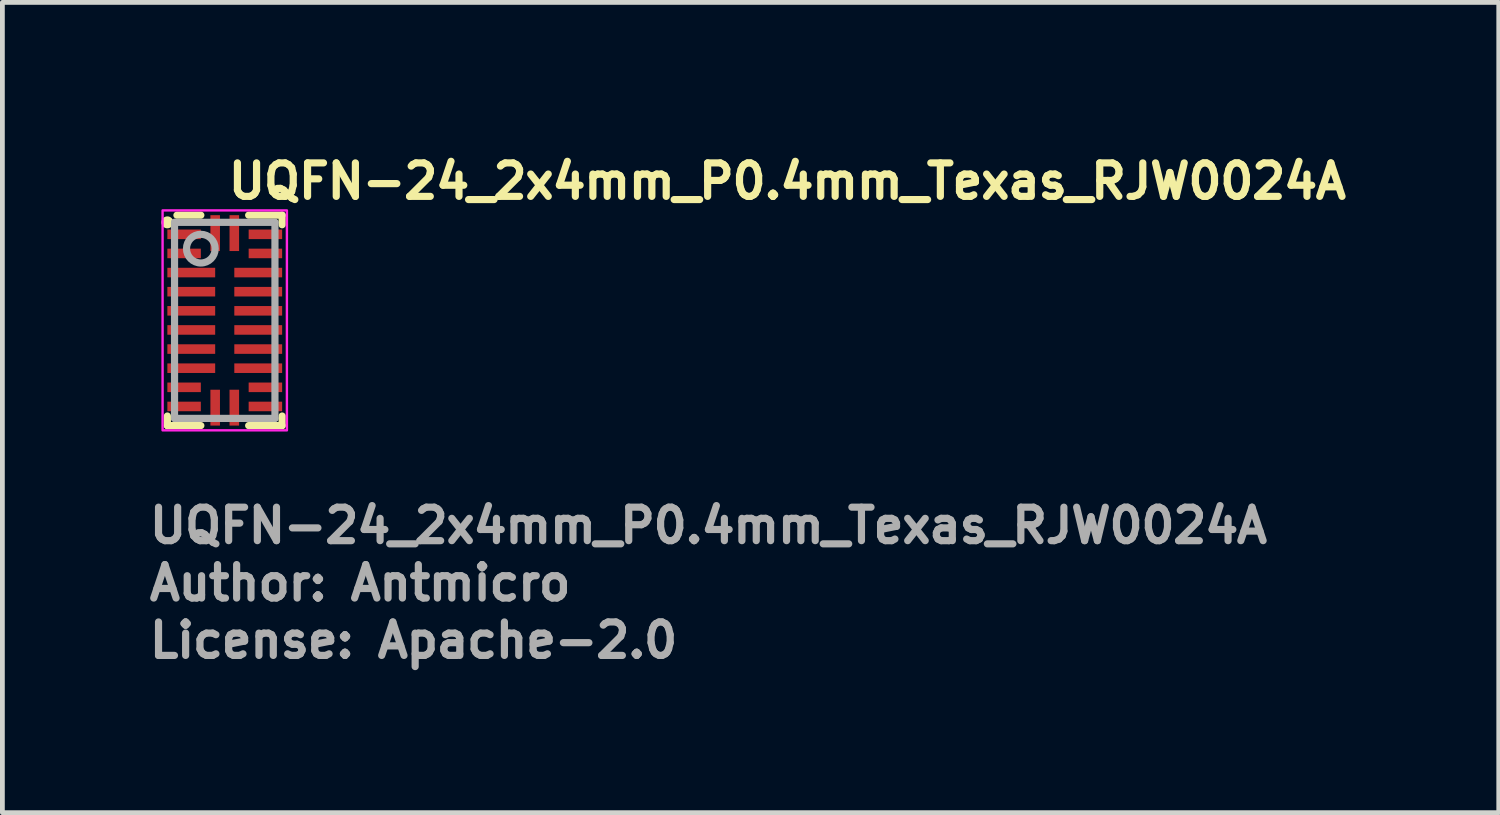
<source format=kicad_pcb>
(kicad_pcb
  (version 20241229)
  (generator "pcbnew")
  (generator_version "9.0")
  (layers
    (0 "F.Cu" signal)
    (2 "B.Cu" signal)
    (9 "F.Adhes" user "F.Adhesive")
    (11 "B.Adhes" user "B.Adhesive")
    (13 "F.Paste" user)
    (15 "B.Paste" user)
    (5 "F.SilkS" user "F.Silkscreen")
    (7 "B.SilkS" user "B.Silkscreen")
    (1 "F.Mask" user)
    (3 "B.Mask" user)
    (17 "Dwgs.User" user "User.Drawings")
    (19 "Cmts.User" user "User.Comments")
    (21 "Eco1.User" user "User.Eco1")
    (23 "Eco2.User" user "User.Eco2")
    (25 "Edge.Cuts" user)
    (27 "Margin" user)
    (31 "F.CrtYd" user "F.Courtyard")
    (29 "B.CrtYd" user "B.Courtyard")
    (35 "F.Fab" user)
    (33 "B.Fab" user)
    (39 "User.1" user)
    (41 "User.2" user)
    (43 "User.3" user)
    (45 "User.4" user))
  (footprint "UQFN-24_2x4mm_P0.4mm_Texas_RJW0024A"
    (layer "F.Cu")
    (at 1.65 3.65)
    (property "Reference" "UQFN-24_2x4mm_P0.4mm_Texas_RJW0024A" (at 0 -2.5 0) (unlocked yes) (layer "F.SilkS") (effects (font (size 0.7 0.7) (thickness 0.15)) (justify left bottom)))
    (attr smd)
    (fp_line (start -1.2 2) (end -1.2 2.2) (stroke (width 0.15) (type solid)) (layer "F.SilkS"))
    (fp_line (start -1.2 2.2) (end -0.5 2.2) (stroke (width 0.15) (type solid)) (layer "F.SilkS"))
    (fp_line (start -1 -2.2) (end -0.5 -2.2) (stroke (width 0.15) (type solid)) (layer "F.SilkS"))
    (fp_line (start 0.5 -2.2) (end 1.2 -2.2) (stroke (width 0.15) (type solid)) (layer "F.SilkS"))
    (fp_line (start 0.5 2.2) (end 1.2 2.2) (stroke (width 0.15) (type solid)) (layer "F.SilkS"))
    (fp_line (start 1.2 -2.2) (end 1.2 -2) (stroke (width 0.15) (type solid)) (layer "F.SilkS"))
    (fp_line (start 1.2 2) (end 1.2 2.2) (stroke (width 0.15) (type solid)) (layer "F.SilkS"))
    (fp_circle (center -1.2 -2.05) (end -1.15 -2.05) (stroke (width 0.15) (type solid)) (fill yes) (layer "F.SilkS"))
    (fp_poly (pts (xy -1.2 -1.75) (xy -1.2 -1.85) (xy -1.199 -1.86) (xy -1.196 -1.869) (xy -1.192 -1.878) (xy -1.185 -1.885) (xy -1.178 -1.892) (xy -1.169 -1.896) (xy -1.16 -1.899) (xy -1.15 -1.9) (xy -0.6 -1.9) (xy -0.59 -1.899) (xy -0.581 -1.896) (xy -0.572 -1.892) (xy -0.565 -1.885) (xy -0.558 -1.878) (xy -0.554 -1.869) (xy -0.551 -1.86) (xy -0.55 -1.85) (xy -0.55 -1.75) (xy -0.551 -1.74) (xy -0.554 -1.731) (xy -0.558 -1.722) (xy -0.565 -1.715) (xy -0.572 -1.708) (xy -0.581 -1.704) (xy -0.59 -1.701) (xy -0.6 -1.7) (xy -1.15 -1.7) (xy -1.16 -1.701) (xy -1.169 -1.704) (xy -1.178 -1.708) (xy -1.185 -1.715) (xy -1.192 -1.722) (xy -1.196 -1.731) (xy -1.199 -1.74)) (stroke (width 0) (type solid)) (fill yes) (layer "F.Paste"))
    (fp_poly (pts (xy -1.2 -1.35) (xy -1.2 -1.45) (xy -1.199 -1.46) (xy -1.196 -1.469) (xy -1.192 -1.478) (xy -1.185 -1.485) (xy -1.178 -1.492) (xy -1.169 -1.496) (xy -1.16 -1.499) (xy -1.15 -1.5) (xy -0.6 -1.5) (xy -0.59 -1.499) (xy -0.581 -1.496) (xy -0.572 -1.492) (xy -0.565 -1.485) (xy -0.558 -1.478) (xy -0.554 -1.469) (xy -0.551 -1.46) (xy -0.55 -1.45) (xy -0.55 -1.35) (xy -0.551 -1.34) (xy -0.554 -1.331) (xy -0.558 -1.322) (xy -0.565 -1.315) (xy -0.572 -1.308) (xy -0.581 -1.304) (xy -0.59 -1.301) (xy -0.6 -1.3) (xy -1.15 -1.3) (xy -1.16 -1.301) (xy -1.169 -1.304) (xy -1.178 -1.308) (xy -1.185 -1.315) (xy -1.192 -1.322) (xy -1.196 -1.331) (xy -1.199 -1.34)) (stroke (width 0) (type solid)) (fill yes) (layer "F.Paste"))
    (fp_poly (pts (xy -1.2 -0.95) (xy -1.2 -1.05) (xy -1.199 -1.06) (xy -1.196 -1.069) (xy -1.192 -1.078) (xy -1.185 -1.085) (xy -1.178 -1.092) (xy -1.169 -1.096) (xy -1.16 -1.099) (xy -1.15 -1.1) (xy -0.3 -1.1) (xy -0.29 -1.099) (xy -0.281 -1.096) (xy -0.272 -1.092) (xy -0.265 -1.085) (xy -0.258 -1.078) (xy -0.254 -1.069) (xy -0.251 -1.06) (xy -0.25 -1.05) (xy -0.25 -0.95) (xy -0.251 -0.94) (xy -0.254 -0.931) (xy -0.258 -0.922) (xy -0.265 -0.915) (xy -0.272 -0.908) (xy -0.281 -0.904) (xy -0.29 -0.901) (xy -0.3 -0.9) (xy -1.15 -0.9) (xy -1.16 -0.901) (xy -1.169 -0.904) (xy -1.178 -0.908) (xy -1.185 -0.915) (xy -1.192 -0.922) (xy -1.196 -0.931) (xy -1.199 -0.94)) (stroke (width 0) (type solid)) (fill yes) (layer "F.Paste"))
    (fp_poly (pts (xy -1.2 -0.55) (xy -1.2 -0.65) (xy -1.199 -0.66) (xy -1.196 -0.669) (xy -1.192 -0.678) (xy -1.185 -0.685) (xy -1.178 -0.692) (xy -1.169 -0.696) (xy -1.16 -0.699) (xy -1.15 -0.7) (xy -0.3 -0.7) (xy -0.29 -0.699) (xy -0.281 -0.696) (xy -0.272 -0.692) (xy -0.265 -0.685) (xy -0.258 -0.678) (xy -0.254 -0.669) (xy -0.251 -0.66) (xy -0.25 -0.65) (xy -0.25 -0.55) (xy -0.251 -0.54) (xy -0.254 -0.531) (xy -0.258 -0.522) (xy -0.265 -0.515) (xy -0.272 -0.508) (xy -0.281 -0.504) (xy -0.29 -0.501) (xy -0.3 -0.5) (xy -1.15 -0.5) (xy -1.16 -0.501) (xy -1.169 -0.504) (xy -1.178 -0.508) (xy -1.185 -0.515) (xy -1.192 -0.522) (xy -1.196 -0.531) (xy -1.199 -0.54)) (stroke (width 0) (type solid)) (fill yes) (layer "F.Paste"))
    (fp_poly (pts (xy -1.2 -0.15) (xy -1.2 -0.25) (xy -1.199 -0.26) (xy -1.196 -0.269) (xy -1.192 -0.278) (xy -1.185 -0.285) (xy -1.178 -0.292) (xy -1.169 -0.296) (xy -1.16 -0.299) (xy -1.15 -0.3) (xy -0.3 -0.3) (xy -0.29 -0.299) (xy -0.281 -0.296) (xy -0.272 -0.292) (xy -0.265 -0.285) (xy -0.258 -0.278) (xy -0.254 -0.269) (xy -0.251 -0.26) (xy -0.25 -0.25) (xy -0.25 -0.15) (xy -0.251 -0.14) (xy -0.254 -0.131) (xy -0.258 -0.122) (xy -0.265 -0.115) (xy -0.272 -0.108) (xy -0.281 -0.104) (xy -0.29 -0.101) (xy -0.3 -0.1) (xy -1.15 -0.1) (xy -1.16 -0.101) (xy -1.169 -0.104) (xy -1.178 -0.108) (xy -1.185 -0.115) (xy -1.192 -0.122) (xy -1.196 -0.131) (xy -1.199 -0.14)) (stroke (width 0) (type solid)) (fill yes) (layer "F.Paste"))
    (fp_poly (pts (xy -1.2 0.25) (xy -1.2 0.15) (xy -1.199 0.14) (xy -1.196 0.131) (xy -1.192 0.122) (xy -1.185 0.115) (xy -1.178 0.108) (xy -1.169 0.104) (xy -1.16 0.101) (xy -1.15 0.1) (xy -0.3 0.1) (xy -0.29 0.101) (xy -0.281 0.104) (xy -0.272 0.108) (xy -0.265 0.115) (xy -0.258 0.122) (xy -0.254 0.131) (xy -0.251 0.14) (xy -0.25 0.15) (xy -0.25 0.25) (xy -0.251 0.26) (xy -0.254 0.269) (xy -0.258 0.278) (xy -0.265 0.285) (xy -0.272 0.292) (xy -0.281 0.296) (xy -0.29 0.299) (xy -0.3 0.3) (xy -1.15 0.3) (xy -1.16 0.299) (xy -1.169 0.296) (xy -1.178 0.292) (xy -1.185 0.285) (xy -1.192 0.278) (xy -1.196 0.269) (xy -1.199 0.26)) (stroke (width 0) (type solid)) (fill yes) (layer "F.Paste"))
    (fp_poly (pts (xy -1.2 0.65) (xy -1.2 0.55) (xy -1.199 0.54) (xy -1.196 0.531) (xy -1.192 0.522) (xy -1.185 0.515) (xy -1.178 0.508) (xy -1.169 0.504) (xy -1.16 0.501) (xy -1.15 0.5) (xy -0.3 0.5) (xy -0.29 0.501) (xy -0.281 0.504) (xy -0.272 0.508) (xy -0.265 0.515) (xy -0.258 0.522) (xy -0.254 0.531) (xy -0.251 0.54) (xy -0.25 0.55) (xy -0.25 0.65) (xy -0.251 0.66) (xy -0.254 0.669) (xy -0.258 0.678) (xy -0.265 0.685) (xy -0.272 0.692) (xy -0.281 0.696) (xy -0.29 0.699) (xy -0.3 0.7) (xy -1.15 0.7) (xy -1.16 0.699) (xy -1.169 0.696) (xy -1.178 0.692) (xy -1.185 0.685) (xy -1.192 0.678) (xy -1.196 0.669) (xy -1.199 0.66)) (stroke (width 0) (type solid)) (fill yes) (layer "F.Paste"))
    (fp_poly (pts (xy -1.2 1.05) (xy -1.2 0.95) (xy -1.199 0.94) (xy -1.196 0.931) (xy -1.192 0.922) (xy -1.185 0.915) (xy -1.178 0.908) (xy -1.169 0.904) (xy -1.16 0.901) (xy -1.15 0.9) (xy -0.3 0.9) (xy -0.29 0.901) (xy -0.281 0.904) (xy -0.272 0.908) (xy -0.265 0.915) (xy -0.258 0.922) (xy -0.254 0.931) (xy -0.251 0.94) (xy -0.25 0.95) (xy -0.25 1.05) (xy -0.251 1.06) (xy -0.254 1.069) (xy -0.258 1.078) (xy -0.265 1.085) (xy -0.272 1.092) (xy -0.281 1.096) (xy -0.29 1.099) (xy -0.3 1.1) (xy -1.15 1.1) (xy -1.16 1.099) (xy -1.169 1.096) (xy -1.178 1.092) (xy -1.185 1.085) (xy -1.192 1.078) (xy -1.196 1.069) (xy -1.199 1.06)) (stroke (width 0) (type solid)) (fill yes) (layer "F.Paste"))
    (fp_poly (pts (xy -1.2 1.45) (xy -1.2 1.35) (xy -1.199 1.34) (xy -1.196 1.331) (xy -1.192 1.322) (xy -1.185 1.315) (xy -1.178 1.308) (xy -1.169 1.304) (xy -1.16 1.301) (xy -1.15 1.3) (xy -0.6 1.3) (xy -0.59 1.301) (xy -0.581 1.304) (xy -0.572 1.308) (xy -0.565 1.315) (xy -0.558 1.322) (xy -0.554 1.331) (xy -0.551 1.34) (xy -0.55 1.35) (xy -0.55 1.45) (xy -0.551 1.46) (xy -0.554 1.469) (xy -0.558 1.478) (xy -0.565 1.485) (xy -0.572 1.492) (xy -0.581 1.496) (xy -0.59 1.499) (xy -0.6 1.5) (xy -1.15 1.5) (xy -1.16 1.499) (xy -1.169 1.496) (xy -1.178 1.492) (xy -1.185 1.485) (xy -1.192 1.478) (xy -1.196 1.469) (xy -1.199 1.46)) (stroke (width 0) (type solid)) (fill yes) (layer "F.Paste"))
    (fp_poly (pts (xy -1.2 1.85) (xy -1.2 1.75) (xy -1.199 1.74) (xy -1.196 1.731) (xy -1.192 1.722) (xy -1.185 1.715) (xy -1.178 1.708) (xy -1.169 1.704) (xy -1.16 1.701) (xy -1.15 1.7) (xy -0.6 1.7) (xy -0.59 1.701) (xy -0.581 1.704) (xy -0.572 1.708) (xy -0.565 1.715) (xy -0.558 1.722) (xy -0.554 1.731) (xy -0.551 1.74) (xy -0.55 1.75) (xy -0.55 1.85) (xy -0.551 1.86) (xy -0.554 1.869) (xy -0.558 1.878) (xy -0.565 1.885) (xy -0.572 1.892) (xy -0.581 1.896) (xy -0.59 1.899) (xy -0.6 1.9) (xy -1.15 1.9) (xy -1.16 1.899) (xy -1.169 1.896) (xy -1.178 1.892) (xy -1.185 1.885) (xy -1.192 1.878) (xy -1.196 1.869) (xy -1.199 1.86)) (stroke (width 0) (type solid)) (fill yes) (layer "F.Paste"))
    (fp_poly (pts (xy -0.25 1.5) (xy -0.15 1.5) (xy -0.14 1.501) (xy -0.131 1.504) (xy -0.122 1.508) (xy -0.115 1.515) (xy -0.108 1.522) (xy -0.104 1.531) (xy -0.101 1.54) (xy -0.1 1.55) (xy -0.1 2.15) (xy -0.101 2.16) (xy -0.104 2.169) (xy -0.108 2.178) (xy -0.115 2.185) (xy -0.122 2.192) (xy -0.131 2.196) (xy -0.14 2.199) (xy -0.15 2.2) (xy -0.25 2.2) (xy -0.26 2.199) (xy -0.269 2.196) (xy -0.278 2.192) (xy -0.285 2.185) (xy -0.292 2.178) (xy -0.296 2.169) (xy -0.299 2.16) (xy -0.3 2.15) (xy -0.3 1.55) (xy -0.299 1.54) (xy -0.296 1.531) (xy -0.292 1.522) (xy -0.285 1.515) (xy -0.278 1.508) (xy -0.269 1.504) (xy -0.26 1.501)) (stroke (width 0) (type solid)) (fill yes) (layer "F.Paste"))
    (fp_poly (pts (xy -0.15 -1.5) (xy -0.25 -1.5) (xy -0.26 -1.501) (xy -0.269 -1.504) (xy -0.278 -1.508) (xy -0.285 -1.515) (xy -0.292 -1.522) (xy -0.296 -1.531) (xy -0.299 -1.54) (xy -0.3 -1.55) (xy -0.3 -2.15) (xy -0.299 -2.16) (xy -0.296 -2.169) (xy -0.292 -2.178) (xy -0.285 -2.185) (xy -0.278 -2.192) (xy -0.269 -2.196) (xy -0.26 -2.199) (xy -0.25 -2.2) (xy -0.15 -2.2) (xy -0.14 -2.199) (xy -0.131 -2.196) (xy -0.122 -2.192) (xy -0.115 -2.185) (xy -0.108 -2.178) (xy -0.104 -2.169) (xy -0.101 -2.16) (xy -0.1 -2.15) (xy -0.1 -1.55) (xy -0.101 -1.54) (xy -0.104 -1.531) (xy -0.108 -1.522) (xy -0.115 -1.515) (xy -0.122 -1.508) (xy -0.131 -1.504) (xy -0.14 -1.501)) (stroke (width 0) (type solid)) (fill yes) (layer "F.Paste"))
    (fp_poly (pts (xy 0.15 1.5) (xy 0.25 1.5) (xy 0.26 1.501) (xy 0.269 1.504) (xy 0.278 1.508) (xy 0.285 1.515) (xy 0.292 1.522) (xy 0.296 1.531) (xy 0.299 1.54) (xy 0.3 1.55) (xy 0.3 2.15) (xy 0.299 2.16) (xy 0.296 2.169) (xy 0.292 2.178) (xy 0.285 2.185) (xy 0.278 2.192) (xy 0.269 2.196) (xy 0.26 2.199) (xy 0.25 2.2) (xy 0.15 2.2) (xy 0.14 2.199) (xy 0.131 2.196) (xy 0.122 2.192) (xy 0.115 2.185) (xy 0.108 2.178) (xy 0.104 2.169) (xy 0.101 2.16) (xy 0.1 2.15) (xy 0.1 1.55) (xy 0.101 1.54) (xy 0.104 1.531) (xy 0.108 1.522) (xy 0.115 1.515) (xy 0.122 1.508) (xy 0.131 1.504) (xy 0.14 1.501)) (stroke (width 0) (type solid)) (fill yes) (layer "F.Paste"))
    (fp_poly (pts (xy 0.25 -1.5) (xy 0.15 -1.5) (xy 0.14 -1.501) (xy 0.131 -1.504) (xy 0.122 -1.508) (xy 0.115 -1.515) (xy 0.108 -1.522) (xy 0.104 -1.531) (xy 0.101 -1.54) (xy 0.1 -1.55) (xy 0.1 -2.15) (xy 0.101 -2.16) (xy 0.104 -2.169) (xy 0.108 -2.178) (xy 0.115 -2.185) (xy 0.122 -2.192) (xy 0.131 -2.196) (xy 0.14 -2.199) (xy 0.15 -2.2) (xy 0.25 -2.2) (xy 0.26 -2.199) (xy 0.269 -2.196) (xy 0.278 -2.192) (xy 0.285 -2.185) (xy 0.292 -2.178) (xy 0.296 -2.169) (xy 0.299 -2.16) (xy 0.3 -2.15) (xy 0.3 -1.55) (xy 0.299 -1.54) (xy 0.296 -1.531) (xy 0.292 -1.522) (xy 0.285 -1.515) (xy 0.278 -1.508) (xy 0.269 -1.504) (xy 0.26 -1.501)) (stroke (width 0) (type solid)) (fill yes) (layer "F.Paste"))
    (fp_poly (pts (xy 1.2 -1.85) (xy 1.2 -1.75) (xy 1.199 -1.74) (xy 1.196 -1.731) (xy 1.192 -1.722) (xy 1.185 -1.715) (xy 1.178 -1.708) (xy 1.169 -1.704) (xy 1.16 -1.701) (xy 1.15 -1.7) (xy 0.6 -1.7) (xy 0.59 -1.701) (xy 0.581 -1.704) (xy 0.572 -1.708) (xy 0.565 -1.715) (xy 0.558 -1.722) (xy 0.554 -1.731) (xy 0.551 -1.74) (xy 0.55 -1.75) (xy 0.55 -1.85) (xy 0.551 -1.86) (xy 0.554 -1.869) (xy 0.558 -1.878) (xy 0.565 -1.885) (xy 0.572 -1.892) (xy 0.581 -1.896) (xy 0.59 -1.899) (xy 0.6 -1.9) (xy 1.15 -1.9) (xy 1.16 -1.899) (xy 1.169 -1.896) (xy 1.178 -1.892) (xy 1.185 -1.885) (xy 1.192 -1.878) (xy 1.196 -1.869) (xy 1.199 -1.86)) (stroke (width 0) (type solid)) (fill yes) (layer "F.Paste"))
    (fp_poly (pts (xy 1.2 -1.45) (xy 1.2 -1.35) (xy 1.199 -1.34) (xy 1.196 -1.331) (xy 1.192 -1.322) (xy 1.185 -1.315) (xy 1.178 -1.308) (xy 1.169 -1.304) (xy 1.16 -1.301) (xy 1.15 -1.3) (xy 0.6 -1.3) (xy 0.59 -1.301) (xy 0.581 -1.304) (xy 0.572 -1.308) (xy 0.565 -1.315) (xy 0.558 -1.322) (xy 0.554 -1.331) (xy 0.551 -1.34) (xy 0.55 -1.35) (xy 0.55 -1.45) (xy 0.551 -1.46) (xy 0.554 -1.469) (xy 0.558 -1.478) (xy 0.565 -1.485) (xy 0.572 -1.492) (xy 0.581 -1.496) (xy 0.59 -1.499) (xy 0.6 -1.5) (xy 1.15 -1.5) (xy 1.16 -1.499) (xy 1.169 -1.496) (xy 1.178 -1.492) (xy 1.185 -1.485) (xy 1.192 -1.478) (xy 1.196 -1.469) (xy 1.199 -1.46)) (stroke (width 0) (type solid)) (fill yes) (layer "F.Paste"))
    (fp_poly (pts (xy 1.2 -1.05) (xy 1.2 -0.95) (xy 1.199 -0.94) (xy 1.196 -0.931) (xy 1.192 -0.922) (xy 1.185 -0.915) (xy 1.178 -0.908) (xy 1.169 -0.904) (xy 1.16 -0.901) (xy 1.15 -0.9) (xy 0.3 -0.9) (xy 0.29 -0.901) (xy 0.281 -0.904) (xy 0.272 -0.908) (xy 0.265 -0.915) (xy 0.258 -0.922) (xy 0.254 -0.931) (xy 0.251 -0.94) (xy 0.25 -0.95) (xy 0.25 -1.05) (xy 0.251 -1.06) (xy 0.254 -1.069) (xy 0.258 -1.078) (xy 0.265 -1.085) (xy 0.272 -1.092) (xy 0.281 -1.096) (xy 0.29 -1.099) (xy 0.3 -1.1) (xy 1.15 -1.1) (xy 1.16 -1.099) (xy 1.169 -1.096) (xy 1.178 -1.092) (xy 1.185 -1.085) (xy 1.192 -1.078) (xy 1.196 -1.069) (xy 1.199 -1.06)) (stroke (width 0) (type solid)) (fill yes) (layer "F.Paste"))
    (fp_poly (pts (xy 1.2 -0.65) (xy 1.2 -0.55) (xy 1.199 -0.54) (xy 1.196 -0.531) (xy 1.192 -0.522) (xy 1.185 -0.515) (xy 1.178 -0.508) (xy 1.169 -0.504) (xy 1.16 -0.501) (xy 1.15 -0.5) (xy 0.3 -0.5) (xy 0.29 -0.501) (xy 0.281 -0.504) (xy 0.272 -0.508) (xy 0.265 -0.515) (xy 0.258 -0.522) (xy 0.254 -0.531) (xy 0.251 -0.54) (xy 0.25 -0.55) (xy 0.25 -0.65) (xy 0.251 -0.66) (xy 0.254 -0.669) (xy 0.258 -0.678) (xy 0.265 -0.685) (xy 0.272 -0.692) (xy 0.281 -0.696) (xy 0.29 -0.699) (xy 0.3 -0.7) (xy 1.15 -0.7) (xy 1.16 -0.699) (xy 1.169 -0.696) (xy 1.178 -0.692) (xy 1.185 -0.685) (xy 1.192 -0.678) (xy 1.196 -0.669) (xy 1.199 -0.66)) (stroke (width 0) (type solid)) (fill yes) (layer "F.Paste"))
    (fp_poly (pts (xy 1.2 -0.25) (xy 1.2 -0.15) (xy 1.199 -0.14) (xy 1.196 -0.131) (xy 1.192 -0.122) (xy 1.185 -0.115) (xy 1.178 -0.108) (xy 1.169 -0.104) (xy 1.16 -0.101) (xy 1.15 -0.1) (xy 0.3 -0.1) (xy 0.29 -0.101) (xy 0.281 -0.104) (xy 0.272 -0.108) (xy 0.265 -0.115) (xy 0.258 -0.122) (xy 0.254 -0.131) (xy 0.251 -0.14) (xy 0.25 -0.15) (xy 0.25 -0.25) (xy 0.251 -0.26) (xy 0.254 -0.269) (xy 0.258 -0.278) (xy 0.265 -0.285) (xy 0.272 -0.292) (xy 0.281 -0.296) (xy 0.29 -0.299) (xy 0.3 -0.3) (xy 1.15 -0.3) (xy 1.16 -0.299) (xy 1.169 -0.296) (xy 1.178 -0.292) (xy 1.185 -0.285) (xy 1.192 -0.278) (xy 1.196 -0.269) (xy 1.199 -0.26)) (stroke (width 0) (type solid)) (fill yes) (layer "F.Paste"))
    (fp_poly (pts (xy 1.2 0.15) (xy 1.2 0.25) (xy 1.199 0.26) (xy 1.196 0.269) (xy 1.192 0.278) (xy 1.185 0.285) (xy 1.178 0.292) (xy 1.169 0.296) (xy 1.16 0.299) (xy 1.15 0.3) (xy 0.3 0.3) (xy 0.29 0.299) (xy 0.281 0.296) (xy 0.272 0.292) (xy 0.265 0.285) (xy 0.258 0.278) (xy 0.254 0.269) (xy 0.251 0.26) (xy 0.25 0.25) (xy 0.25 0.15) (xy 0.251 0.14) (xy 0.254 0.131) (xy 0.258 0.122) (xy 0.265 0.115) (xy 0.272 0.108) (xy 0.281 0.104) (xy 0.29 0.101) (xy 0.3 0.1) (xy 1.15 0.1) (xy 1.16 0.101) (xy 1.169 0.104) (xy 1.178 0.108) (xy 1.185 0.115) (xy 1.192 0.122) (xy 1.196 0.131) (xy 1.199 0.14)) (stroke (width 0) (type solid)) (fill yes) (layer "F.Paste"))
    (fp_poly (pts (xy 1.2 0.55) (xy 1.2 0.65) (xy 1.199 0.66) (xy 1.196 0.669) (xy 1.192 0.678) (xy 1.185 0.685) (xy 1.178 0.692) (xy 1.169 0.696) (xy 1.16 0.699) (xy 1.15 0.7) (xy 0.3 0.7) (xy 0.29 0.699) (xy 0.281 0.696) (xy 0.272 0.692) (xy 0.265 0.685) (xy 0.258 0.678) (xy 0.254 0.669) (xy 0.251 0.66) (xy 0.25 0.65) (xy 0.25 0.55) (xy 0.251 0.54) (xy 0.254 0.531) (xy 0.258 0.522) (xy 0.265 0.515) (xy 0.272 0.508) (xy 0.281 0.504) (xy 0.29 0.501) (xy 0.3 0.5) (xy 1.15 0.5) (xy 1.16 0.501) (xy 1.169 0.504) (xy 1.178 0.508) (xy 1.185 0.515) (xy 1.192 0.522) (xy 1.196 0.531) (xy 1.199 0.54)) (stroke (width 0) (type solid)) (fill yes) (layer "F.Paste"))
    (fp_poly (pts (xy 1.2 0.95) (xy 1.2 1.05) (xy 1.199 1.06) (xy 1.196 1.069) (xy 1.192 1.078) (xy 1.185 1.085) (xy 1.178 1.092) (xy 1.169 1.096) (xy 1.16 1.099) (xy 1.15 1.1) (xy 0.3 1.1) (xy 0.29 1.099) (xy 0.281 1.096) (xy 0.272 1.092) (xy 0.265 1.085) (xy 0.258 1.078) (xy 0.254 1.069) (xy 0.251 1.06) (xy 0.25 1.05) (xy 0.25 0.95) (xy 0.251 0.94) (xy 0.254 0.931) (xy 0.258 0.922) (xy 0.265 0.915) (xy 0.272 0.908) (xy 0.281 0.904) (xy 0.29 0.901) (xy 0.3 0.9) (xy 1.15 0.9) (xy 1.16 0.901) (xy 1.169 0.904) (xy 1.178 0.908) (xy 1.185 0.915) (xy 1.192 0.922) (xy 1.196 0.931) (xy 1.199 0.94)) (stroke (width 0) (type solid)) (fill yes) (layer "F.Paste"))
    (fp_poly (pts (xy 1.2 1.35) (xy 1.2 1.45) (xy 1.199 1.46) (xy 1.196 1.469) (xy 1.192 1.478) (xy 1.185 1.485) (xy 1.178 1.492) (xy 1.169 1.496) (xy 1.16 1.499) (xy 1.15 1.5) (xy 0.6 1.5) (xy 0.59 1.499) (xy 0.581 1.496) (xy 0.572 1.492) (xy 0.565 1.485) (xy 0.558 1.478) (xy 0.554 1.469) (xy 0.551 1.46) (xy 0.55 1.45) (xy 0.55 1.35) (xy 0.551 1.34) (xy 0.554 1.331) (xy 0.558 1.322) (xy 0.565 1.315) (xy 0.572 1.308) (xy 0.581 1.304) (xy 0.59 1.301) (xy 0.6 1.3) (xy 1.15 1.3) (xy 1.16 1.301) (xy 1.169 1.304) (xy 1.178 1.308) (xy 1.185 1.315) (xy 1.192 1.322) (xy 1.196 1.331) (xy 1.199 1.34)) (stroke (width 0) (type solid)) (fill yes) (layer "F.Paste"))
    (fp_poly (pts (xy 1.2 1.75) (xy 1.2 1.85) (xy 1.199 1.86) (xy 1.196 1.869) (xy 1.192 1.878) (xy 1.185 1.885) (xy 1.178 1.892) (xy 1.169 1.896) (xy 1.16 1.899) (xy 1.15 1.9) (xy 0.6 1.9) (xy 0.59 1.899) (xy 0.581 1.896) (xy 0.572 1.892) (xy 0.565 1.885) (xy 0.558 1.878) (xy 0.554 1.869) (xy 0.551 1.86) (xy 0.55 1.85) (xy 0.55 1.75) (xy 0.551 1.74) (xy 0.554 1.731) (xy 0.558 1.722) (xy 0.565 1.715) (xy 0.572 1.708) (xy 0.581 1.704) (xy 0.59 1.701) (xy 0.6 1.7) (xy 1.15 1.7) (xy 1.16 1.701) (xy 1.169 1.704) (xy 1.178 1.708) (xy 1.185 1.715) (xy 1.192 1.722) (xy 1.196 1.731) (xy 1.199 1.74)) (stroke (width 0) (type solid)) (fill yes) (layer "F.Paste"))
    (fp_rect (start -1.3 -2.3) (end 1.3 2.3) (stroke (width 0.05) (type solid)) (fill no) (layer "F.CrtYd"))
    (fp_line (start -1.05 -2.05) (end 1.05 -2.05) (stroke (width 0.15) (type solid)) (layer "F.Fab"))
    (fp_line (start -1.05 2.05) (end -1.05 -2.05) (stroke (width 0.15) (type solid)) (layer "F.Fab"))
    (fp_line (start -1.05 2.05) (end 1.05 2.05) (stroke (width 0.15) (type solid)) (layer "F.Fab"))
    (fp_line (start 1.05 2.05) (end 1.05 -2.05) (stroke (width 0.15) (type solid)) (layer "F.Fab"))
    (fp_circle (center -0.5 -1.5) (end -0.2 -1.5) (stroke (width 0.15) (type solid)) (fill no) (layer "F.Fab"))
    (fp_line (start -1 -2) (end -1 2) (stroke (width 0.01) (type solid)) (layer "User.9"))
    (fp_line (start -1 2) (end 1 2) (stroke (width 0.01) (type solid)) (layer "User.9"))
    (fp_line (start 1 -2) (end -1 -2) (stroke (width 0.01) (type solid)) (layer "User.9"))
    (fp_line (start 1 2) (end 1 -2) (stroke (width 0.01) (type solid)) (layer "User.9"))
    (fp_circle (center -0.5 -1.5) (end -0.217 -1.5) (stroke (width 0.01) (type solid)) (fill no) (layer "User.9"))
    (fp_text user "License: Apache-2.0" (at -1.65 7.1 0) (layer "F.Fab") (effects (font (size 0.7 0.7) (thickness 0.15)) (justify left bottom)))
    (fp_text user "${REFERENCE}" (at -1.65 4.7 0) (unlocked yes) (layer "F.Fab") (effects (font (size 0.7 0.7) (thickness 0.15)) (justify left bottom)))
    (fp_text user "Author: Antmicro" (at -1.65 5.9 0) (layer "F.Fab") (effects (font (size 0.7 0.7) (thickness 0.15)) (justify left bottom)))
    (pad "1" smd rect (at -0.85 -1.8) (size 0.7 0.2) (layers "F.Cu" "F.Mask"))
    (pad "2" smd rect (at -0.85 -1.4) (size 0.7 0.2) (layers "F.Cu" "F.Mask"))
    (pad "3" smd rect (at -0.7 -1) (size 1 0.2) (layers "F.Cu" "F.Mask"))
    (pad "4" smd rect (at -0.7 -0.6) (size 1 0.2) (layers "F.Cu" "F.Mask"))
    (pad "5" smd rect (at -0.7 -0.2) (size 1 0.2) (layers "F.Cu" "F.Mask"))
    (pad "6" smd rect (at -0.7 0.2) (size 1 0.2) (layers "F.Cu" "F.Mask"))
    (pad "7" smd rect (at -0.7 0.6) (size 1 0.2) (layers "F.Cu" "F.Mask"))
    (pad "8" smd rect (at -0.7 1) (size 1 0.2) (layers "F.Cu" "F.Mask"))
    (pad "9" smd rect (at -0.85 1.4) (size 0.7 0.2) (layers "F.Cu" "F.Mask"))
    (pad "10" smd rect (at -0.85 1.8) (size 0.7 0.2) (layers "F.Cu" "F.Mask"))
    (pad "11" smd rect (at -0.2 1.825 90) (size 0.75 0.2) (layers "F.Cu" "F.Mask"))
    (pad "12" smd rect (at 0.2 1.825 90) (size 0.75 0.2) (layers "F.Cu" "F.Mask"))
    (pad "13" smd rect (at 0.85 1.8) (size 0.7 0.2) (layers "F.Cu" "F.Mask"))
    (pad "14" smd rect (at 0.85 1.4) (size 0.7 0.2) (layers "F.Cu" "F.Mask"))
    (pad "15" smd rect (at 0.7 1) (size 1 0.2) (layers "F.Cu" "F.Mask"))
    (pad "16" smd rect (at 0.7 0.6) (size 1 0.2) (layers "F.Cu" "F.Mask"))
    (pad "17" smd rect (at 0.7 0.2) (size 1 0.2) (layers "F.Cu" "F.Mask"))
    (pad "18" smd rect (at 0.7 -0.2) (size 1 0.2) (layers "F.Cu" "F.Mask"))
    (pad "19" smd rect (at 0.7 -0.6) (size 1 0.2) (layers "F.Cu" "F.Mask"))
    (pad "20" smd rect (at 0.7 -1) (size 1 0.2) (layers "F.Cu" "F.Mask"))
    (pad "21" smd rect (at 0.85 -1.4) (size 0.7 0.2) (layers "F.Cu" "F.Mask"))
    (pad "22" smd rect (at 0.85 -1.8) (size 0.7 0.2) (layers "F.Cu" "F.Mask"))
    (pad "23" smd rect (at 0.2 -1.825 90) (size 0.75 0.2) (layers "F.Cu" "F.Mask"))
    (pad "24" smd rect (at -0.2 -1.825 90) (size 0.75 0.2) (layers "F.Cu" "F.Mask")))
  (gr_rect
    (start -3 -3)
    (end 28.293 13.945)
    (stroke (width 0.1) (type default))
    (fill no)
    (layer "Edge.Cuts")))
</source>
